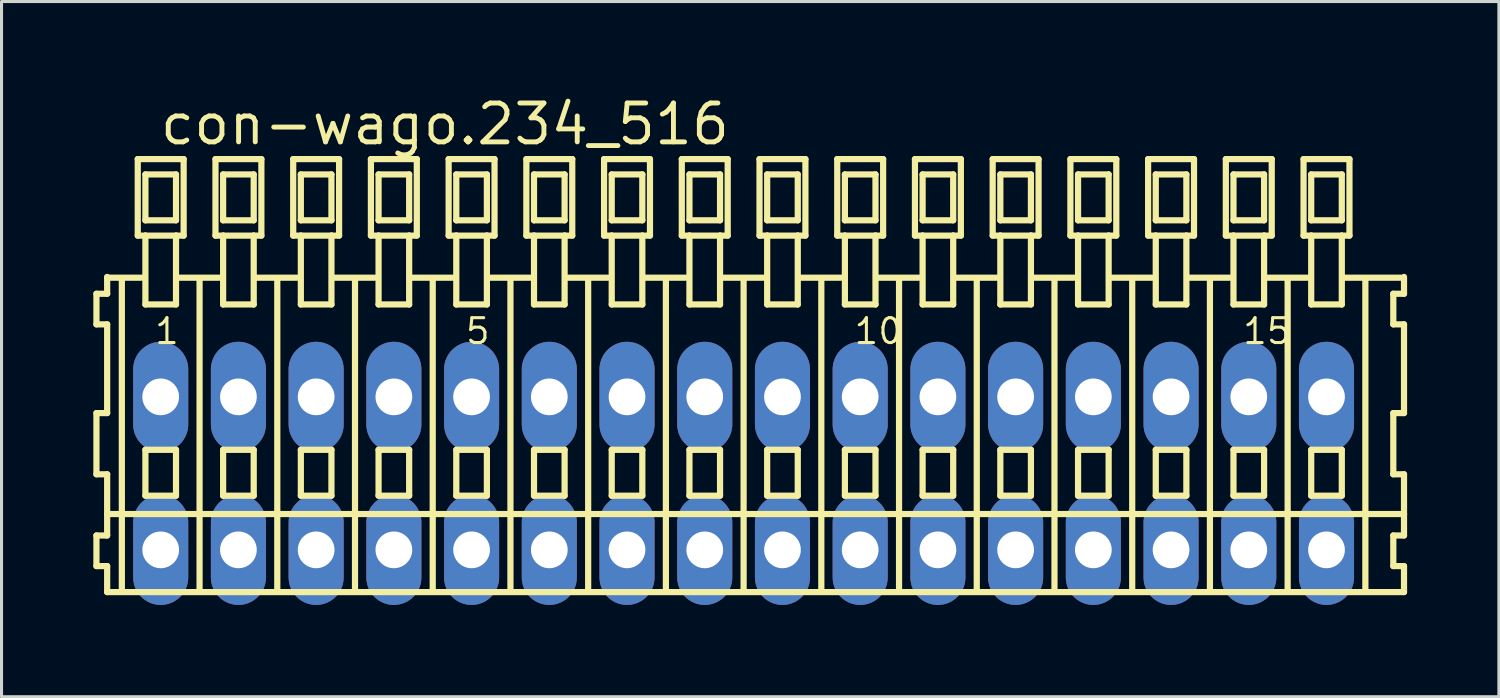
<source format=kicad_pcb>
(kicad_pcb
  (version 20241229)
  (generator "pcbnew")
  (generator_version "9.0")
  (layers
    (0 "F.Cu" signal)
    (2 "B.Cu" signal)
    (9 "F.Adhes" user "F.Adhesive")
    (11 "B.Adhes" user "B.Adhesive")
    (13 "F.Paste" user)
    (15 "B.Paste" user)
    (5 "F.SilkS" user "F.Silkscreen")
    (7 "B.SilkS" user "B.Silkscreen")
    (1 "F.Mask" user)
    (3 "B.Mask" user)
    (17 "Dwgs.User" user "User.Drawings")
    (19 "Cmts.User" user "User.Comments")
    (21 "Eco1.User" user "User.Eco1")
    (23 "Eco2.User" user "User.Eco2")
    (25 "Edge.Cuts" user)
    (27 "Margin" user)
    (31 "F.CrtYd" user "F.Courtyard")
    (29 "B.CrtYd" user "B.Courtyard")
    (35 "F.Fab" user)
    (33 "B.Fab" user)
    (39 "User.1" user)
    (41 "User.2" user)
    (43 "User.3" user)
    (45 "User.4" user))
  (footprint "con-wago.234_516"
    (layer "F.Cu")
    (at 21.252 12.42)
    (property "Reference" "con-wago.234_516" (at -19.15 -10.67 0) (layer "F.SilkS") (effects (font (size 1.27 1.27) (thickness 0.16)) (justify left bottom)))
    (attr through_hole)
    (fp_line (start -21.15 -5.87) (end -21.15 -4.87) (stroke (width 0.203) (type default)) (layer "F.SilkS"))
    (fp_line (start -21.15 -4.87) (end -20.8 -4.87) (stroke (width 0.203) (type default)) (layer "F.SilkS"))
    (fp_line (start -21.15 -1.97) (end -21.15 0.03) (stroke (width 0.203) (type default)) (layer "F.SilkS"))
    (fp_line (start -21.15 0.03) (end -20.8 0.03) (stroke (width 0.203) (type default)) (layer "F.SilkS"))
    (fp_line (start -21.15 2.03) (end -21.15 3.03) (stroke (width 0.203) (type default)) (layer "F.SilkS"))
    (fp_line (start -21.15 3.03) (end -20.8 3.03) (stroke (width 0.203) (type default)) (layer "F.SilkS"))
    (fp_line (start -20.8 -6.42) (end -20.8 -6.395) (stroke (width 0.203) (type default)) (layer "F.SilkS"))
    (fp_line (start -20.8 -6.395) (end -20.8 -5.87) (stroke (width 0.203) (type default)) (layer "F.SilkS"))
    (fp_line (start -20.8 -6.395) (end -19.675 -6.395) (stroke (width 0.203) (type default)) (layer "F.SilkS"))
    (fp_line (start -20.8 -5.87) (end -21.15 -5.87) (stroke (width 0.203) (type default)) (layer "F.SilkS"))
    (fp_line (start -20.8 -4.87) (end -20.8 -1.97) (stroke (width 0.203) (type default)) (layer "F.SilkS"))
    (fp_line (start -20.8 -1.97) (end -21.15 -1.97) (stroke (width 0.203) (type default)) (layer "F.SilkS"))
    (fp_line (start -20.8 0.03) (end -20.8 1.33) (stroke (width 0.203) (type default)) (layer "F.SilkS"))
    (fp_line (start -20.8 1.33) (end -20.8 2.03) (stroke (width 0.203) (type default)) (layer "F.SilkS"))
    (fp_line (start -20.8 1.33) (end 21.583 1.33) (stroke (width 0.203) (type default)) (layer "F.SilkS"))
    (fp_line (start -20.8 2.03) (end -21.15 2.03) (stroke (width 0.203) (type default)) (layer "F.SilkS"))
    (fp_line (start -20.8 3.03) (end -20.8 3.88) (stroke (width 0.203) (type default)) (layer "F.SilkS"))
    (fp_line (start -20.8 3.88) (end 21.583 3.88) (stroke (width 0.203) (type default)) (layer "F.SilkS"))
    (fp_line (start -20.32 3.83) (end -20.32 -6.33) (stroke (width 0.203) (type default)) (layer "F.SilkS"))
    (fp_line (start -19.8 -10.27) (end -19.8 -7.77) (stroke (width 0.203) (type default)) (layer "F.SilkS"))
    (fp_line (start -19.8 -7.77) (end -19.55 -7.77) (stroke (width 0.203) (type default)) (layer "F.SilkS"))
    (fp_line (start -19.55 -9.77) (end -19.55 -8.27) (stroke (width 0.203) (type default)) (layer "F.SilkS"))
    (fp_line (start -19.55 -8.27) (end -18.55 -8.27) (stroke (width 0.203) (type default)) (layer "F.SilkS"))
    (fp_line (start -19.55 -7.77) (end -19.55 -5.52) (stroke (width 0.203) (type default)) (layer "F.SilkS"))
    (fp_line (start -19.55 -7.77) (end -18.55 -7.77) (stroke (width 0.203) (type default)) (layer "F.SilkS"))
    (fp_line (start -19.55 -5.52) (end -18.55 -5.52) (stroke (width 0.203) (type default)) (layer "F.SilkS"))
    (fp_line (start -19.55 -0.77) (end -19.55 0.73) (stroke (width 0.203) (type default)) (layer "F.SilkS"))
    (fp_line (start -19.55 0.73) (end -18.55 0.73) (stroke (width 0.203) (type default)) (layer "F.SilkS"))
    (fp_line (start -18.55 -9.77) (end -19.55 -9.77) (stroke (width 0.203) (type default)) (layer "F.SilkS"))
    (fp_line (start -18.55 -8.27) (end -18.55 -9.77) (stroke (width 0.203) (type default)) (layer "F.SilkS"))
    (fp_line (start -18.55 -7.77) (end -18.3 -7.77) (stroke (width 0.203) (type default)) (layer "F.SilkS"))
    (fp_line (start -18.55 -5.52) (end -18.55 -7.77) (stroke (width 0.203) (type default)) (layer "F.SilkS"))
    (fp_line (start -18.55 -0.77) (end -19.55 -0.77) (stroke (width 0.203) (type default)) (layer "F.SilkS"))
    (fp_line (start -18.55 0.73) (end -18.55 -0.77) (stroke (width 0.203) (type default)) (layer "F.SilkS"))
    (fp_line (start -18.514 -6.395) (end -17.135 -6.395) (stroke (width 0.203) (type default)) (layer "F.SilkS"))
    (fp_line (start -18.3 -10.27) (end -19.8 -10.27) (stroke (width 0.203) (type default)) (layer "F.SilkS"))
    (fp_line (start -18.3 -7.77) (end -18.3 -10.27) (stroke (width 0.203) (type default)) (layer "F.SilkS"))
    (fp_line (start -17.78 3.83) (end -17.78 -6.33) (stroke (width 0.203) (type default)) (layer "F.SilkS"))
    (fp_line (start -17.26 -10.27) (end -17.26 -7.77) (stroke (width 0.203) (type default)) (layer "F.SilkS"))
    (fp_line (start -17.26 -7.77) (end -17.01 -7.77) (stroke (width 0.203) (type default)) (layer "F.SilkS"))
    (fp_line (start -17.01 -9.77) (end -17.01 -8.27) (stroke (width 0.203) (type default)) (layer "F.SilkS"))
    (fp_line (start -17.01 -8.27) (end -16.01 -8.27) (stroke (width 0.203) (type default)) (layer "F.SilkS"))
    (fp_line (start -17.01 -7.77) (end -17.01 -5.52) (stroke (width 0.203) (type default)) (layer "F.SilkS"))
    (fp_line (start -17.01 -7.77) (end -16.01 -7.77) (stroke (width 0.203) (type default)) (layer "F.SilkS"))
    (fp_line (start -17.01 -5.52) (end -16.01 -5.52) (stroke (width 0.203) (type default)) (layer "F.SilkS"))
    (fp_line (start -17.01 -0.77) (end -17.01 0.73) (stroke (width 0.203) (type default)) (layer "F.SilkS"))
    (fp_line (start -17.01 0.73) (end -16.01 0.73) (stroke (width 0.203) (type default)) (layer "F.SilkS"))
    (fp_line (start -16.01 -9.77) (end -17.01 -9.77) (stroke (width 0.203) (type default)) (layer "F.SilkS"))
    (fp_line (start -16.01 -8.27) (end -16.01 -9.77) (stroke (width 0.203) (type default)) (layer "F.SilkS"))
    (fp_line (start -16.01 -7.77) (end -15.76 -7.77) (stroke (width 0.203) (type default)) (layer "F.SilkS"))
    (fp_line (start -16.01 -5.52) (end -16.01 -7.77) (stroke (width 0.203) (type default)) (layer "F.SilkS"))
    (fp_line (start -16.01 -0.77) (end -17.01 -0.77) (stroke (width 0.203) (type default)) (layer "F.SilkS"))
    (fp_line (start -16.01 0.73) (end -16.01 -0.77) (stroke (width 0.203) (type default)) (layer "F.SilkS"))
    (fp_line (start -15.974 -6.395) (end -14.595 -6.395) (stroke (width 0.203) (type default)) (layer "F.SilkS"))
    (fp_line (start -15.76 -10.27) (end -17.26 -10.27) (stroke (width 0.203) (type default)) (layer "F.SilkS"))
    (fp_line (start -15.76 -7.77) (end -15.76 -10.27) (stroke (width 0.203) (type default)) (layer "F.SilkS"))
    (fp_line (start -15.24 3.83) (end -15.24 -6.33) (stroke (width 0.203) (type default)) (layer "F.SilkS"))
    (fp_line (start -14.72 -10.27) (end -14.72 -7.77) (stroke (width 0.203) (type default)) (layer "F.SilkS"))
    (fp_line (start -14.72 -7.77) (end -14.47 -7.77) (stroke (width 0.203) (type default)) (layer "F.SilkS"))
    (fp_line (start -14.47 -9.77) (end -14.47 -8.27) (stroke (width 0.203) (type default)) (layer "F.SilkS"))
    (fp_line (start -14.47 -8.27) (end -13.47 -8.27) (stroke (width 0.203) (type default)) (layer "F.SilkS"))
    (fp_line (start -14.47 -7.77) (end -14.47 -5.52) (stroke (width 0.203) (type default)) (layer "F.SilkS"))
    (fp_line (start -14.47 -7.77) (end -13.47 -7.77) (stroke (width 0.203) (type default)) (layer "F.SilkS"))
    (fp_line (start -14.47 -5.52) (end -13.47 -5.52) (stroke (width 0.203) (type default)) (layer "F.SilkS"))
    (fp_line (start -14.47 -0.77) (end -14.47 0.73) (stroke (width 0.203) (type default)) (layer "F.SilkS"))
    (fp_line (start -14.47 0.73) (end -13.47 0.73) (stroke (width 0.203) (type default)) (layer "F.SilkS"))
    (fp_line (start -13.47 -9.77) (end -14.47 -9.77) (stroke (width 0.203) (type default)) (layer "F.SilkS"))
    (fp_line (start -13.47 -8.27) (end -13.47 -9.77) (stroke (width 0.203) (type default)) (layer "F.SilkS"))
    (fp_line (start -13.47 -7.77) (end -13.22 -7.77) (stroke (width 0.203) (type default)) (layer "F.SilkS"))
    (fp_line (start -13.47 -5.52) (end -13.47 -7.77) (stroke (width 0.203) (type default)) (layer "F.SilkS"))
    (fp_line (start -13.47 -0.77) (end -14.47 -0.77) (stroke (width 0.203) (type default)) (layer "F.SilkS"))
    (fp_line (start -13.47 0.73) (end -13.47 -0.77) (stroke (width 0.203) (type default)) (layer "F.SilkS"))
    (fp_line (start -13.434 -6.395) (end -12.055 -6.395) (stroke (width 0.203) (type default)) (layer "F.SilkS"))
    (fp_line (start -13.22 -10.27) (end -14.72 -10.27) (stroke (width 0.203) (type default)) (layer "F.SilkS"))
    (fp_line (start -13.22 -7.77) (end -13.22 -10.27) (stroke (width 0.203) (type default)) (layer "F.SilkS"))
    (fp_line (start -12.7 3.83) (end -12.7 -6.33) (stroke (width 0.203) (type default)) (layer "F.SilkS"))
    (fp_line (start -12.18 -10.27) (end -12.18 -7.77) (stroke (width 0.203) (type default)) (layer "F.SilkS"))
    (fp_line (start -12.18 -7.77) (end -11.93 -7.77) (stroke (width 0.203) (type default)) (layer "F.SilkS"))
    (fp_line (start -11.93 -9.77) (end -11.93 -8.27) (stroke (width 0.203) (type default)) (layer "F.SilkS"))
    (fp_line (start -11.93 -8.27) (end -10.93 -8.27) (stroke (width 0.203) (type default)) (layer "F.SilkS"))
    (fp_line (start -11.93 -7.77) (end -11.93 -5.52) (stroke (width 0.203) (type default)) (layer "F.SilkS"))
    (fp_line (start -11.93 -7.77) (end -10.93 -7.77) (stroke (width 0.203) (type default)) (layer "F.SilkS"))
    (fp_line (start -11.93 -5.52) (end -10.93 -5.52) (stroke (width 0.203) (type default)) (layer "F.SilkS"))
    (fp_line (start -11.93 -0.77) (end -11.93 0.73) (stroke (width 0.203) (type default)) (layer "F.SilkS"))
    (fp_line (start -11.93 0.73) (end -10.93 0.73) (stroke (width 0.203) (type default)) (layer "F.SilkS"))
    (fp_line (start -10.93 -9.77) (end -11.93 -9.77) (stroke (width 0.203) (type default)) (layer "F.SilkS"))
    (fp_line (start -10.93 -8.27) (end -10.93 -9.77) (stroke (width 0.203) (type default)) (layer "F.SilkS"))
    (fp_line (start -10.93 -7.77) (end -10.68 -7.77) (stroke (width 0.203) (type default)) (layer "F.SilkS"))
    (fp_line (start -10.93 -5.52) (end -10.93 -7.77) (stroke (width 0.203) (type default)) (layer "F.SilkS"))
    (fp_line (start -10.93 -0.77) (end -11.93 -0.77) (stroke (width 0.203) (type default)) (layer "F.SilkS"))
    (fp_line (start -10.93 0.73) (end -10.93 -0.77) (stroke (width 0.203) (type default)) (layer "F.SilkS"))
    (fp_line (start -10.894 -6.395) (end -9.515 -6.395) (stroke (width 0.203) (type default)) (layer "F.SilkS"))
    (fp_line (start -10.68 -10.27) (end -12.18 -10.27) (stroke (width 0.203) (type default)) (layer "F.SilkS"))
    (fp_line (start -10.68 -7.77) (end -10.68 -10.27) (stroke (width 0.203) (type default)) (layer "F.SilkS"))
    (fp_line (start -10.16 3.83) (end -10.16 -6.33) (stroke (width 0.203) (type default)) (layer "F.SilkS"))
    (fp_line (start -9.64 -10.27) (end -9.64 -7.77) (stroke (width 0.203) (type default)) (layer "F.SilkS"))
    (fp_line (start -9.64 -7.77) (end -9.39 -7.77) (stroke (width 0.203) (type default)) (layer "F.SilkS"))
    (fp_line (start -9.39 -9.77) (end -9.39 -8.27) (stroke (width 0.203) (type default)) (layer "F.SilkS"))
    (fp_line (start -9.39 -8.27) (end -8.39 -8.27) (stroke (width 0.203) (type default)) (layer "F.SilkS"))
    (fp_line (start -9.39 -7.77) (end -9.39 -5.52) (stroke (width 0.203) (type default)) (layer "F.SilkS"))
    (fp_line (start -9.39 -7.77) (end -8.39 -7.77) (stroke (width 0.203) (type default)) (layer "F.SilkS"))
    (fp_line (start -9.39 -5.52) (end -8.39 -5.52) (stroke (width 0.203) (type default)) (layer "F.SilkS"))
    (fp_line (start -9.39 -0.77) (end -9.39 0.73) (stroke (width 0.203) (type default)) (layer "F.SilkS"))
    (fp_line (start -9.39 0.73) (end -8.39 0.73) (stroke (width 0.203) (type default)) (layer "F.SilkS"))
    (fp_line (start -8.39 -9.77) (end -9.39 -9.77) (stroke (width 0.203) (type default)) (layer "F.SilkS"))
    (fp_line (start -8.39 -8.27) (end -8.39 -9.77) (stroke (width 0.203) (type default)) (layer "F.SilkS"))
    (fp_line (start -8.39 -7.77) (end -8.14 -7.77) (stroke (width 0.203) (type default)) (layer "F.SilkS"))
    (fp_line (start -8.39 -5.52) (end -8.39 -7.77) (stroke (width 0.203) (type default)) (layer "F.SilkS"))
    (fp_line (start -8.39 -0.77) (end -9.39 -0.77) (stroke (width 0.203) (type default)) (layer "F.SilkS"))
    (fp_line (start -8.39 0.73) (end -8.39 -0.77) (stroke (width 0.203) (type default)) (layer "F.SilkS"))
    (fp_line (start -8.354 -6.395) (end -6.975 -6.395) (stroke (width 0.203) (type default)) (layer "F.SilkS"))
    (fp_line (start -8.14 -10.27) (end -9.64 -10.27) (stroke (width 0.203) (type default)) (layer "F.SilkS"))
    (fp_line (start -8.14 -7.77) (end -8.14 -10.27) (stroke (width 0.203) (type default)) (layer "F.SilkS"))
    (fp_line (start -7.62 3.83) (end -7.62 -6.33) (stroke (width 0.203) (type default)) (layer "F.SilkS"))
    (fp_line (start -7.1 -10.27) (end -7.1 -7.77) (stroke (width 0.203) (type default)) (layer "F.SilkS"))
    (fp_line (start -7.1 -7.77) (end -6.85 -7.77) (stroke (width 0.203) (type default)) (layer "F.SilkS"))
    (fp_line (start -6.85 -9.77) (end -6.85 -8.27) (stroke (width 0.203) (type default)) (layer "F.SilkS"))
    (fp_line (start -6.85 -8.27) (end -5.85 -8.27) (stroke (width 0.203) (type default)) (layer "F.SilkS"))
    (fp_line (start -6.85 -7.77) (end -6.85 -5.52) (stroke (width 0.203) (type default)) (layer "F.SilkS"))
    (fp_line (start -6.85 -7.77) (end -5.85 -7.77) (stroke (width 0.203) (type default)) (layer "F.SilkS"))
    (fp_line (start -6.85 -5.52) (end -5.85 -5.52) (stroke (width 0.203) (type default)) (layer "F.SilkS"))
    (fp_line (start -6.85 -0.77) (end -6.85 0.73) (stroke (width 0.203) (type default)) (layer "F.SilkS"))
    (fp_line (start -6.85 0.73) (end -5.85 0.73) (stroke (width 0.203) (type default)) (layer "F.SilkS"))
    (fp_line (start -5.85 -9.77) (end -6.85 -9.77) (stroke (width 0.203) (type default)) (layer "F.SilkS"))
    (fp_line (start -5.85 -8.27) (end -5.85 -9.77) (stroke (width 0.203) (type default)) (layer "F.SilkS"))
    (fp_line (start -5.85 -7.77) (end -5.6 -7.77) (stroke (width 0.203) (type default)) (layer "F.SilkS"))
    (fp_line (start -5.85 -5.52) (end -5.85 -7.77) (stroke (width 0.203) (type default)) (layer "F.SilkS"))
    (fp_line (start -5.85 -0.77) (end -6.85 -0.77) (stroke (width 0.203) (type default)) (layer "F.SilkS"))
    (fp_line (start -5.85 0.73) (end -5.85 -0.77) (stroke (width 0.203) (type default)) (layer "F.SilkS"))
    (fp_line (start -5.814 -6.395) (end -4.435 -6.395) (stroke (width 0.203) (type default)) (layer "F.SilkS"))
    (fp_line (start -5.6 -10.27) (end -7.1 -10.27) (stroke (width 0.203) (type default)) (layer "F.SilkS"))
    (fp_line (start -5.6 -7.77) (end -5.6 -10.27) (stroke (width 0.203) (type default)) (layer "F.SilkS"))
    (fp_line (start -5.08 3.83) (end -5.08 -6.33) (stroke (width 0.203) (type default)) (layer "F.SilkS"))
    (fp_line (start -4.56 -10.27) (end -4.56 -7.77) (stroke (width 0.203) (type default)) (layer "F.SilkS"))
    (fp_line (start -4.56 -7.77) (end -4.31 -7.77) (stroke (width 0.203) (type default)) (layer "F.SilkS"))
    (fp_line (start -4.31 -9.77) (end -4.31 -8.27) (stroke (width 0.203) (type default)) (layer "F.SilkS"))
    (fp_line (start -4.31 -8.27) (end -3.31 -8.27) (stroke (width 0.203) (type default)) (layer "F.SilkS"))
    (fp_line (start -4.31 -7.77) (end -4.31 -5.52) (stroke (width 0.203) (type default)) (layer "F.SilkS"))
    (fp_line (start -4.31 -7.77) (end -3.31 -7.77) (stroke (width 0.203) (type default)) (layer "F.SilkS"))
    (fp_line (start -4.31 -5.52) (end -3.31 -5.52) (stroke (width 0.203) (type default)) (layer "F.SilkS"))
    (fp_line (start -4.31 -0.77) (end -4.31 0.73) (stroke (width 0.203) (type default)) (layer "F.SilkS"))
    (fp_line (start -4.31 0.73) (end -3.31 0.73) (stroke (width 0.203) (type default)) (layer "F.SilkS"))
    (fp_line (start -3.31 -9.77) (end -4.31 -9.77) (stroke (width 0.203) (type default)) (layer "F.SilkS"))
    (fp_line (start -3.31 -8.27) (end -3.31 -9.77) (stroke (width 0.203) (type default)) (layer "F.SilkS"))
    (fp_line (start -3.31 -7.77) (end -3.06 -7.77) (stroke (width 0.203) (type default)) (layer "F.SilkS"))
    (fp_line (start -3.31 -5.52) (end -3.31 -7.77) (stroke (width 0.203) (type default)) (layer "F.SilkS"))
    (fp_line (start -3.31 -0.77) (end -4.31 -0.77) (stroke (width 0.203) (type default)) (layer "F.SilkS"))
    (fp_line (start -3.31 0.73) (end -3.31 -0.77) (stroke (width 0.203) (type default)) (layer "F.SilkS"))
    (fp_line (start -3.274 -6.395) (end -1.895 -6.395) (stroke (width 0.203) (type default)) (layer "F.SilkS"))
    (fp_line (start -3.06 -10.27) (end -4.56 -10.27) (stroke (width 0.203) (type default)) (layer "F.SilkS"))
    (fp_line (start -3.06 -7.77) (end -3.06 -10.27) (stroke (width 0.203) (type default)) (layer "F.SilkS"))
    (fp_line (start -2.54 3.83) (end -2.54 -6.33) (stroke (width 0.203) (type default)) (layer "F.SilkS"))
    (fp_line (start -2.02 -10.27) (end -2.02 -7.77) (stroke (width 0.203) (type default)) (layer "F.SilkS"))
    (fp_line (start -2.02 -7.77) (end -1.77 -7.77) (stroke (width 0.203) (type default)) (layer "F.SilkS"))
    (fp_line (start -1.77 -9.77) (end -1.77 -8.27) (stroke (width 0.203) (type default)) (layer "F.SilkS"))
    (fp_line (start -1.77 -8.27) (end -0.77 -8.27) (stroke (width 0.203) (type default)) (layer "F.SilkS"))
    (fp_line (start -1.77 -7.77) (end -1.77 -5.52) (stroke (width 0.203) (type default)) (layer "F.SilkS"))
    (fp_line (start -1.77 -7.77) (end -0.77 -7.77) (stroke (width 0.203) (type default)) (layer "F.SilkS"))
    (fp_line (start -1.77 -5.52) (end -0.77 -5.52) (stroke (width 0.203) (type default)) (layer "F.SilkS"))
    (fp_line (start -1.77 -0.77) (end -1.77 0.73) (stroke (width 0.203) (type default)) (layer "F.SilkS"))
    (fp_line (start -1.77 0.73) (end -0.77 0.73) (stroke (width 0.203) (type default)) (layer "F.SilkS"))
    (fp_line (start -0.77 -9.77) (end -1.77 -9.77) (stroke (width 0.203) (type default)) (layer "F.SilkS"))
    (fp_line (start -0.77 -8.27) (end -0.77 -9.77) (stroke (width 0.203) (type default)) (layer "F.SilkS"))
    (fp_line (start -0.77 -7.77) (end -0.52 -7.77) (stroke (width 0.203) (type default)) (layer "F.SilkS"))
    (fp_line (start -0.77 -5.52) (end -0.77 -7.77) (stroke (width 0.203) (type default)) (layer "F.SilkS"))
    (fp_line (start -0.77 -0.77) (end -1.77 -0.77) (stroke (width 0.203) (type default)) (layer "F.SilkS"))
    (fp_line (start -0.77 0.73) (end -0.77 -0.77) (stroke (width 0.203) (type default)) (layer "F.SilkS"))
    (fp_line (start -0.734 -6.395) (end 0.645 -6.395) (stroke (width 0.203) (type default)) (layer "F.SilkS"))
    (fp_line (start -0.52 -10.27) (end -2.02 -10.27) (stroke (width 0.203) (type default)) (layer "F.SilkS"))
    (fp_line (start -0.52 -7.77) (end -0.52 -10.27) (stroke (width 0.203) (type default)) (layer "F.SilkS"))
    (fp_line (start 0 3.83) (end 0 -6.33) (stroke (width 0.203) (type default)) (layer "F.SilkS"))
    (fp_line (start 0.52 -10.27) (end 0.52 -7.77) (stroke (width 0.203) (type default)) (layer "F.SilkS"))
    (fp_line (start 0.52 -7.77) (end 0.77 -7.77) (stroke (width 0.203) (type default)) (layer "F.SilkS"))
    (fp_line (start 0.77 -9.77) (end 0.77 -8.27) (stroke (width 0.203) (type default)) (layer "F.SilkS"))
    (fp_line (start 0.77 -8.27) (end 1.77 -8.27) (stroke (width 0.203) (type default)) (layer "F.SilkS"))
    (fp_line (start 0.77 -7.77) (end 0.77 -5.52) (stroke (width 0.203) (type default)) (layer "F.SilkS"))
    (fp_line (start 0.77 -7.77) (end 1.77 -7.77) (stroke (width 0.203) (type default)) (layer "F.SilkS"))
    (fp_line (start 0.77 -5.52) (end 1.77 -5.52) (stroke (width 0.203) (type default)) (layer "F.SilkS"))
    (fp_line (start 0.77 -0.77) (end 0.77 0.73) (stroke (width 0.203) (type default)) (layer "F.SilkS"))
    (fp_line (start 0.77 0.73) (end 1.77 0.73) (stroke (width 0.203) (type default)) (layer "F.SilkS"))
    (fp_line (start 1.77 -9.77) (end 0.77 -9.77) (stroke (width 0.203) (type default)) (layer "F.SilkS"))
    (fp_line (start 1.77 -8.27) (end 1.77 -9.77) (stroke (width 0.203) (type default)) (layer "F.SilkS"))
    (fp_line (start 1.77 -7.77) (end 2.02 -7.77) (stroke (width 0.203) (type default)) (layer "F.SilkS"))
    (fp_line (start 1.77 -5.52) (end 1.77 -7.77) (stroke (width 0.203) (type default)) (layer "F.SilkS"))
    (fp_line (start 1.77 -0.77) (end 0.77 -0.77) (stroke (width 0.203) (type default)) (layer "F.SilkS"))
    (fp_line (start 1.77 0.73) (end 1.77 -0.77) (stroke (width 0.203) (type default)) (layer "F.SilkS"))
    (fp_line (start 1.806 -6.395) (end 3.185 -6.395) (stroke (width 0.203) (type default)) (layer "F.SilkS"))
    (fp_line (start 2.02 -10.27) (end 0.52 -10.27) (stroke (width 0.203) (type default)) (layer "F.SilkS"))
    (fp_line (start 2.02 -7.77) (end 2.02 -10.27) (stroke (width 0.203) (type default)) (layer "F.SilkS"))
    (fp_line (start 2.54 3.83) (end 2.54 -6.33) (stroke (width 0.203) (type default)) (layer "F.SilkS"))
    (fp_line (start 3.06 -10.27) (end 3.06 -7.77) (stroke (width 0.203) (type default)) (layer "F.SilkS"))
    (fp_line (start 3.06 -7.77) (end 3.31 -7.77) (stroke (width 0.203) (type default)) (layer "F.SilkS"))
    (fp_line (start 3.31 -9.77) (end 3.31 -8.27) (stroke (width 0.203) (type default)) (layer "F.SilkS"))
    (fp_line (start 3.31 -8.27) (end 4.31 -8.27) (stroke (width 0.203) (type default)) (layer "F.SilkS"))
    (fp_line (start 3.31 -7.77) (end 3.31 -5.52) (stroke (width 0.203) (type default)) (layer "F.SilkS"))
    (fp_line (start 3.31 -7.77) (end 4.31 -7.77) (stroke (width 0.203) (type default)) (layer "F.SilkS"))
    (fp_line (start 3.31 -5.52) (end 4.31 -5.52) (stroke (width 0.203) (type default)) (layer "F.SilkS"))
    (fp_line (start 3.31 -0.77) (end 3.31 0.73) (stroke (width 0.203) (type default)) (layer "F.SilkS"))
    (fp_line (start 3.31 0.73) (end 4.31 0.73) (stroke (width 0.203) (type default)) (layer "F.SilkS"))
    (fp_line (start 4.31 -9.77) (end 3.31 -9.77) (stroke (width 0.203) (type default)) (layer "F.SilkS"))
    (fp_line (start 4.31 -8.27) (end 4.31 -9.77) (stroke (width 0.203) (type default)) (layer "F.SilkS"))
    (fp_line (start 4.31 -7.77) (end 4.56 -7.77) (stroke (width 0.203) (type default)) (layer "F.SilkS"))
    (fp_line (start 4.31 -5.52) (end 4.31 -7.77) (stroke (width 0.203) (type default)) (layer "F.SilkS"))
    (fp_line (start 4.31 -0.77) (end 3.31 -0.77) (stroke (width 0.203) (type default)) (layer "F.SilkS"))
    (fp_line (start 4.31 0.73) (end 4.31 -0.77) (stroke (width 0.203) (type default)) (layer "F.SilkS"))
    (fp_line (start 4.346 -6.395) (end 5.725 -6.395) (stroke (width 0.203) (type default)) (layer "F.SilkS"))
    (fp_line (start 4.56 -10.27) (end 3.06 -10.27) (stroke (width 0.203) (type default)) (layer "F.SilkS"))
    (fp_line (start 4.56 -7.77) (end 4.56 -10.27) (stroke (width 0.203) (type default)) (layer "F.SilkS"))
    (fp_line (start 5.08 3.83) (end 5.08 -6.33) (stroke (width 0.203) (type default)) (layer "F.SilkS"))
    (fp_line (start 5.6 -10.27) (end 5.6 -7.77) (stroke (width 0.203) (type default)) (layer "F.SilkS"))
    (fp_line (start 5.6 -7.77) (end 5.85 -7.77) (stroke (width 0.203) (type default)) (layer "F.SilkS"))
    (fp_line (start 5.85 -9.77) (end 5.85 -8.27) (stroke (width 0.203) (type default)) (layer "F.SilkS"))
    (fp_line (start 5.85 -8.27) (end 6.85 -8.27) (stroke (width 0.203) (type default)) (layer "F.SilkS"))
    (fp_line (start 5.85 -7.77) (end 5.85 -5.52) (stroke (width 0.203) (type default)) (layer "F.SilkS"))
    (fp_line (start 5.85 -7.77) (end 6.85 -7.77) (stroke (width 0.203) (type default)) (layer "F.SilkS"))
    (fp_line (start 5.85 -5.52) (end 6.85 -5.52) (stroke (width 0.203) (type default)) (layer "F.SilkS"))
    (fp_line (start 5.85 -0.77) (end 5.85 0.73) (stroke (width 0.203) (type default)) (layer "F.SilkS"))
    (fp_line (start 5.85 0.73) (end 6.85 0.73) (stroke (width 0.203) (type default)) (layer "F.SilkS"))
    (fp_line (start 6.85 -9.77) (end 5.85 -9.77) (stroke (width 0.203) (type default)) (layer "F.SilkS"))
    (fp_line (start 6.85 -8.27) (end 6.85 -9.77) (stroke (width 0.203) (type default)) (layer "F.SilkS"))
    (fp_line (start 6.85 -7.77) (end 7.1 -7.77) (stroke (width 0.203) (type default)) (layer "F.SilkS"))
    (fp_line (start 6.85 -5.52) (end 6.85 -7.77) (stroke (width 0.203) (type default)) (layer "F.SilkS"))
    (fp_line (start 6.85 -0.77) (end 5.85 -0.77) (stroke (width 0.203) (type default)) (layer "F.SilkS"))
    (fp_line (start 6.85 0.73) (end 6.85 -0.77) (stroke (width 0.203) (type default)) (layer "F.SilkS"))
    (fp_line (start 6.886 -6.395) (end 8.265 -6.395) (stroke (width 0.203) (type default)) (layer "F.SilkS"))
    (fp_line (start 7.1 -10.27) (end 5.6 -10.27) (stroke (width 0.203) (type default)) (layer "F.SilkS"))
    (fp_line (start 7.1 -7.77) (end 7.1 -10.27) (stroke (width 0.203) (type default)) (layer "F.SilkS"))
    (fp_line (start 7.62 3.83) (end 7.62 -6.33) (stroke (width 0.203) (type default)) (layer "F.SilkS"))
    (fp_line (start 8.14 -10.27) (end 8.14 -7.77) (stroke (width 0.203) (type default)) (layer "F.SilkS"))
    (fp_line (start 8.14 -7.77) (end 8.39 -7.77) (stroke (width 0.203) (type default)) (layer "F.SilkS"))
    (fp_line (start 8.39 -9.77) (end 8.39 -8.27) (stroke (width 0.203) (type default)) (layer "F.SilkS"))
    (fp_line (start 8.39 -8.27) (end 9.39 -8.27) (stroke (width 0.203) (type default)) (layer "F.SilkS"))
    (fp_line (start 8.39 -7.77) (end 8.39 -5.52) (stroke (width 0.203) (type default)) (layer "F.SilkS"))
    (fp_line (start 8.39 -7.77) (end 9.39 -7.77) (stroke (width 0.203) (type default)) (layer "F.SilkS"))
    (fp_line (start 8.39 -5.52) (end 9.39 -5.52) (stroke (width 0.203) (type default)) (layer "F.SilkS"))
    (fp_line (start 8.39 -0.77) (end 8.39 0.73) (stroke (width 0.203) (type default)) (layer "F.SilkS"))
    (fp_line (start 8.39 0.73) (end 9.39 0.73) (stroke (width 0.203) (type default)) (layer "F.SilkS"))
    (fp_line (start 9.39 -9.77) (end 8.39 -9.77) (stroke (width 0.203) (type default)) (layer "F.SilkS"))
    (fp_line (start 9.39 -8.27) (end 9.39 -9.77) (stroke (width 0.203) (type default)) (layer "F.SilkS"))
    (fp_line (start 9.39 -7.77) (end 9.64 -7.77) (stroke (width 0.203) (type default)) (layer "F.SilkS"))
    (fp_line (start 9.39 -5.52) (end 9.39 -7.77) (stroke (width 0.203) (type default)) (layer "F.SilkS"))
    (fp_line (start 9.39 -0.77) (end 8.39 -0.77) (stroke (width 0.203) (type default)) (layer "F.SilkS"))
    (fp_line (start 9.39 0.73) (end 9.39 -0.77) (stroke (width 0.203) (type default)) (layer "F.SilkS"))
    (fp_line (start 9.426 -6.395) (end 10.805 -6.395) (stroke (width 0.203) (type default)) (layer "F.SilkS"))
    (fp_line (start 9.64 -10.27) (end 8.14 -10.27) (stroke (width 0.203) (type default)) (layer "F.SilkS"))
    (fp_line (start 9.64 -7.77) (end 9.64 -10.27) (stroke (width 0.203) (type default)) (layer "F.SilkS"))
    (fp_line (start 10.16 3.83) (end 10.16 -6.33) (stroke (width 0.203) (type default)) (layer "F.SilkS"))
    (fp_line (start 10.68 -10.27) (end 10.68 -7.77) (stroke (width 0.203) (type default)) (layer "F.SilkS"))
    (fp_line (start 10.68 -7.77) (end 10.93 -7.77) (stroke (width 0.203) (type default)) (layer "F.SilkS"))
    (fp_line (start 10.93 -9.77) (end 10.93 -8.27) (stroke (width 0.203) (type default)) (layer "F.SilkS"))
    (fp_line (start 10.93 -8.27) (end 11.93 -8.27) (stroke (width 0.203) (type default)) (layer "F.SilkS"))
    (fp_line (start 10.93 -7.77) (end 10.93 -5.52) (stroke (width 0.203) (type default)) (layer "F.SilkS"))
    (fp_line (start 10.93 -7.77) (end 11.93 -7.77) (stroke (width 0.203) (type default)) (layer "F.SilkS"))
    (fp_line (start 10.93 -5.52) (end 11.93 -5.52) (stroke (width 0.203) (type default)) (layer "F.SilkS"))
    (fp_line (start 10.93 -0.77) (end 10.93 0.73) (stroke (width 0.203) (type default)) (layer "F.SilkS"))
    (fp_line (start 10.93 0.73) (end 11.93 0.73) (stroke (width 0.203) (type default)) (layer "F.SilkS"))
    (fp_line (start 11.93 -9.77) (end 10.93 -9.77) (stroke (width 0.203) (type default)) (layer "F.SilkS"))
    (fp_line (start 11.93 -8.27) (end 11.93 -9.77) (stroke (width 0.203) (type default)) (layer "F.SilkS"))
    (fp_line (start 11.93 -7.77) (end 12.18 -7.77) (stroke (width 0.203) (type default)) (layer "F.SilkS"))
    (fp_line (start 11.93 -5.52) (end 11.93 -7.77) (stroke (width 0.203) (type default)) (layer "F.SilkS"))
    (fp_line (start 11.93 -0.77) (end 10.93 -0.77) (stroke (width 0.203) (type default)) (layer "F.SilkS"))
    (fp_line (start 11.93 0.73) (end 11.93 -0.77) (stroke (width 0.203) (type default)) (layer "F.SilkS"))
    (fp_line (start 11.966 -6.395) (end 13.345 -6.395) (stroke (width 0.203) (type default)) (layer "F.SilkS"))
    (fp_line (start 12.18 -10.27) (end 10.68 -10.27) (stroke (width 0.203) (type default)) (layer "F.SilkS"))
    (fp_line (start 12.18 -7.77) (end 12.18 -10.27) (stroke (width 0.203) (type default)) (layer "F.SilkS"))
    (fp_line (start 12.7 3.83) (end 12.7 -6.33) (stroke (width 0.203) (type default)) (layer "F.SilkS"))
    (fp_line (start 13.22 -10.27) (end 13.22 -7.77) (stroke (width 0.203) (type default)) (layer "F.SilkS"))
    (fp_line (start 13.22 -7.77) (end 13.47 -7.77) (stroke (width 0.203) (type default)) (layer "F.SilkS"))
    (fp_line (start 13.47 -9.77) (end 13.47 -8.27) (stroke (width 0.203) (type default)) (layer "F.SilkS"))
    (fp_line (start 13.47 -8.27) (end 14.47 -8.27) (stroke (width 0.203) (type default)) (layer "F.SilkS"))
    (fp_line (start 13.47 -7.77) (end 13.47 -5.52) (stroke (width 0.203) (type default)) (layer "F.SilkS"))
    (fp_line (start 13.47 -7.77) (end 14.47 -7.77) (stroke (width 0.203) (type default)) (layer "F.SilkS"))
    (fp_line (start 13.47 -5.52) (end 14.47 -5.52) (stroke (width 0.203) (type default)) (layer "F.SilkS"))
    (fp_line (start 13.47 -0.77) (end 13.47 0.73) (stroke (width 0.203) (type default)) (layer "F.SilkS"))
    (fp_line (start 13.47 0.73) (end 14.47 0.73) (stroke (width 0.203) (type default)) (layer "F.SilkS"))
    (fp_line (start 14.47 -9.77) (end 13.47 -9.77) (stroke (width 0.203) (type default)) (layer "F.SilkS"))
    (fp_line (start 14.47 -8.27) (end 14.47 -9.77) (stroke (width 0.203) (type default)) (layer "F.SilkS"))
    (fp_line (start 14.47 -7.77) (end 14.72 -7.77) (stroke (width 0.203) (type default)) (layer "F.SilkS"))
    (fp_line (start 14.47 -5.52) (end 14.47 -7.77) (stroke (width 0.203) (type default)) (layer "F.SilkS"))
    (fp_line (start 14.47 -0.77) (end 13.47 -0.77) (stroke (width 0.203) (type default)) (layer "F.SilkS"))
    (fp_line (start 14.47 0.73) (end 14.47 -0.77) (stroke (width 0.203) (type default)) (layer "F.SilkS"))
    (fp_line (start 14.506 -6.395) (end 15.885 -6.395) (stroke (width 0.203) (type default)) (layer "F.SilkS"))
    (fp_line (start 14.72 -10.27) (end 13.22 -10.27) (stroke (width 0.203) (type default)) (layer "F.SilkS"))
    (fp_line (start 14.72 -7.77) (end 14.72 -10.27) (stroke (width 0.203) (type default)) (layer "F.SilkS"))
    (fp_line (start 15.24 3.83) (end 15.24 -6.33) (stroke (width 0.203) (type default)) (layer "F.SilkS"))
    (fp_line (start 15.76 -10.27) (end 15.76 -7.77) (stroke (width 0.203) (type default)) (layer "F.SilkS"))
    (fp_line (start 15.76 -7.77) (end 16.01 -7.77) (stroke (width 0.203) (type default)) (layer "F.SilkS"))
    (fp_line (start 16.01 -9.77) (end 16.01 -8.27) (stroke (width 0.203) (type default)) (layer "F.SilkS"))
    (fp_line (start 16.01 -8.27) (end 17.01 -8.27) (stroke (width 0.203) (type default)) (layer "F.SilkS"))
    (fp_line (start 16.01 -7.77) (end 16.01 -5.52) (stroke (width 0.203) (type default)) (layer "F.SilkS"))
    (fp_line (start 16.01 -7.77) (end 17.01 -7.77) (stroke (width 0.203) (type default)) (layer "F.SilkS"))
    (fp_line (start 16.01 -5.52) (end 17.01 -5.52) (stroke (width 0.203) (type default)) (layer "F.SilkS"))
    (fp_line (start 16.01 -0.77) (end 16.01 0.73) (stroke (width 0.203) (type default)) (layer "F.SilkS"))
    (fp_line (start 16.01 0.73) (end 17.01 0.73) (stroke (width 0.203) (type default)) (layer "F.SilkS"))
    (fp_line (start 17.01 -9.77) (end 16.01 -9.77) (stroke (width 0.203) (type default)) (layer "F.SilkS"))
    (fp_line (start 17.01 -8.27) (end 17.01 -9.77) (stroke (width 0.203) (type default)) (layer "F.SilkS"))
    (fp_line (start 17.01 -7.77) (end 17.26 -7.77) (stroke (width 0.203) (type default)) (layer "F.SilkS"))
    (fp_line (start 17.01 -5.52) (end 17.01 -7.77) (stroke (width 0.203) (type default)) (layer "F.SilkS"))
    (fp_line (start 17.01 -0.77) (end 16.01 -0.77) (stroke (width 0.203) (type default)) (layer "F.SilkS"))
    (fp_line (start 17.01 0.73) (end 17.01 -0.77) (stroke (width 0.203) (type default)) (layer "F.SilkS"))
    (fp_line (start 17.046 -6.395) (end 18.425 -6.395) (stroke (width 0.203) (type default)) (layer "F.SilkS"))
    (fp_line (start 17.26 -10.27) (end 15.76 -10.27) (stroke (width 0.203) (type default)) (layer "F.SilkS"))
    (fp_line (start 17.26 -7.77) (end 17.26 -10.27) (stroke (width 0.203) (type default)) (layer "F.SilkS"))
    (fp_line (start 17.78 3.83) (end 17.78 -6.33) (stroke (width 0.203) (type default)) (layer "F.SilkS"))
    (fp_line (start 18.3 -10.27) (end 18.3 -7.77) (stroke (width 0.203) (type default)) (layer "F.SilkS"))
    (fp_line (start 18.3 -7.77) (end 18.55 -7.77) (stroke (width 0.203) (type default)) (layer "F.SilkS"))
    (fp_line (start 18.55 -9.77) (end 18.55 -8.27) (stroke (width 0.203) (type default)) (layer "F.SilkS"))
    (fp_line (start 18.55 -8.27) (end 19.55 -8.27) (stroke (width 0.203) (type default)) (layer "F.SilkS"))
    (fp_line (start 18.55 -7.77) (end 18.55 -5.52) (stroke (width 0.203) (type default)) (layer "F.SilkS"))
    (fp_line (start 18.55 -7.77) (end 19.55 -7.77) (stroke (width 0.203) (type default)) (layer "F.SilkS"))
    (fp_line (start 18.55 -5.52) (end 19.55 -5.52) (stroke (width 0.203) (type default)) (layer "F.SilkS"))
    (fp_line (start 18.55 -0.77) (end 18.55 0.73) (stroke (width 0.203) (type default)) (layer "F.SilkS"))
    (fp_line (start 18.55 0.73) (end 19.55 0.73) (stroke (width 0.203) (type default)) (layer "F.SilkS"))
    (fp_line (start 19.55 -9.77) (end 18.55 -9.77) (stroke (width 0.203) (type default)) (layer "F.SilkS"))
    (fp_line (start 19.55 -8.27) (end 19.55 -9.77) (stroke (width 0.203) (type default)) (layer "F.SilkS"))
    (fp_line (start 19.55 -7.77) (end 19.8 -7.77) (stroke (width 0.203) (type default)) (layer "F.SilkS"))
    (fp_line (start 19.55 -5.52) (end 19.55 -7.77) (stroke (width 0.203) (type default)) (layer "F.SilkS"))
    (fp_line (start 19.55 -0.77) (end 18.55 -0.77) (stroke (width 0.203) (type default)) (layer "F.SilkS"))
    (fp_line (start 19.55 0.73) (end 19.55 -0.77) (stroke (width 0.203) (type default)) (layer "F.SilkS"))
    (fp_line (start 19.586 -6.395) (end 21.473 -6.395) (stroke (width 0.203) (type default)) (layer "F.SilkS"))
    (fp_line (start 19.8 -10.27) (end 18.3 -10.27) (stroke (width 0.203) (type default)) (layer "F.SilkS"))
    (fp_line (start 19.8 -7.77) (end 19.8 -10.27) (stroke (width 0.203) (type default)) (layer "F.SilkS"))
    (fp_line (start 20.32 3.83) (end 20.32 -6.33) (stroke (width 0.203) (type default)) (layer "F.SilkS"))
    (fp_line (start 21.233 -5.87) (end 21.233 -4.87) (stroke (width 0.203) (type default)) (layer "F.SilkS"))
    (fp_line (start 21.233 -4.87) (end 21.583 -4.87) (stroke (width 0.203) (type default)) (layer "F.SilkS"))
    (fp_line (start 21.233 -1.97) (end 21.233 0.03) (stroke (width 0.203) (type default)) (layer "F.SilkS"))
    (fp_line (start 21.233 0.03) (end 21.583 0.03) (stroke (width 0.203) (type default)) (layer "F.SilkS"))
    (fp_line (start 21.233 2.03) (end 21.233 3.03) (stroke (width 0.203) (type default)) (layer "F.SilkS"))
    (fp_line (start 21.233 3.03) (end 21.583 3.03) (stroke (width 0.203) (type default)) (layer "F.SilkS"))
    (fp_line (start 21.583 -5.87) (end 21.233 -5.87) (stroke (width 0.203) (type default)) (layer "F.SilkS"))
    (fp_line (start 21.583 -5.87) (end 21.583 -6.42) (stroke (width 0.203) (type default)) (layer "F.SilkS"))
    (fp_line (start 21.583 -1.97) (end 21.233 -1.97) (stroke (width 0.203) (type default)) (layer "F.SilkS"))
    (fp_line (start 21.583 -1.97) (end 21.583 -4.87) (stroke (width 0.203) (type default)) (layer "F.SilkS"))
    (fp_line (start 21.583 1.33) (end 21.583 0.03) (stroke (width 0.203) (type default)) (layer "F.SilkS"))
    (fp_line (start 21.583 2.03) (end 21.233 2.03) (stroke (width 0.203) (type default)) (layer "F.SilkS"))
    (fp_line (start 21.583 2.03) (end 21.583 1.33) (stroke (width 0.203) (type default)) (layer "F.SilkS"))
    (fp_line (start 21.583 3.88) (end 21.583 3.03) (stroke (width 0.203) (type default)) (layer "F.SilkS"))
    (fp_text user "5" (at -9.14 -4.17 0) (layer "F.SilkS") (effects (font (size 0.813 0.813) (thickness 0.1)) (justify left bottom)))
    (fp_text user "1" (at -19.3 -4.17 0) (layer "F.SilkS") (effects (font (size 0.813 0.813) (thickness 0.1)) (justify left bottom)))
    (fp_text user "15" (at 16.26 -4.17 0) (layer "F.SilkS") (effects (font (size 0.813 0.813) (thickness 0.1)) (justify left bottom)))
    (fp_text user "10" (at 3.56 -4.17 0) (layer "F.SilkS") (effects (font (size 0.813 0.813) (thickness 0.1)) (justify left bottom)))
    (pad "A1" thru_hole oval (at -19.05 -2.5 90) (size 3.6 1.8) (drill 1.2) (layers "*.Cu" "*.Mask"))
    (pad "A2" thru_hole oval (at -16.51 -2.5 90) (size 3.6 1.8) (drill 1.2) (layers "*.Cu" "*.Mask"))
    (pad "A3" thru_hole oval (at -13.97 -2.5 90) (size 3.6 1.8) (drill 1.2) (layers "*.Cu" "*.Mask"))
    (pad "A4" thru_hole oval (at -11.43 -2.5 90) (size 3.6 1.8) (drill 1.2) (layers "*.Cu" "*.Mask"))
    (pad "A5" thru_hole oval (at -8.89 -2.5 90) (size 3.6 1.8) (drill 1.2) (layers "*.Cu" "*.Mask"))
    (pad "A6" thru_hole oval (at -6.35 -2.5 90) (size 3.6 1.8) (drill 1.2) (layers "*.Cu" "*.Mask"))
    (pad "A7" thru_hole oval (at -3.81 -2.5 90) (size 3.6 1.8) (drill 1.2) (layers "*.Cu" "*.Mask"))
    (pad "A8" thru_hole oval (at -1.27 -2.5 90) (size 3.6 1.8) (drill 1.2) (layers "*.Cu" "*.Mask"))
    (pad "A9" thru_hole oval (at 1.27 -2.5 90) (size 3.6 1.8) (drill 1.2) (layers "*.Cu" "*.Mask"))
    (pad "A10" thru_hole oval (at 3.81 -2.5 90) (size 3.6 1.8) (drill 1.2) (layers "*.Cu" "*.Mask"))
    (pad "A11" thru_hole oval (at 6.35 -2.5 90) (size 3.6 1.8) (drill 1.2) (layers "*.Cu" "*.Mask"))
    (pad "A12" thru_hole oval (at 8.89 -2.5 90) (size 3.6 1.8) (drill 1.2) (layers "*.Cu" "*.Mask"))
    (pad "A13" thru_hole oval (at 11.43 -2.5 90) (size 3.6 1.8) (drill 1.2) (layers "*.Cu" "*.Mask"))
    (pad "A14" thru_hole oval (at 13.97 -2.5 90) (size 3.6 1.8) (drill 1.2) (layers "*.Cu" "*.Mask"))
    (pad "A15" thru_hole oval (at 16.51 -2.5 90) (size 3.6 1.8) (drill 1.2) (layers "*.Cu" "*.Mask"))
    (pad "A16" thru_hole oval (at 19.05 -2.5 90) (size 3.6 1.8) (drill 1.2) (layers "*.Cu" "*.Mask"))
    (pad "B1" thru_hole oval (at -19.05 2.5 90) (size 3.6 1.8) (drill 1.2) (layers "*.Cu" "*.Mask"))
    (pad "B2" thru_hole oval (at -16.51 2.5 90) (size 3.6 1.8) (drill 1.2) (layers "*.Cu" "*.Mask"))
    (pad "B3" thru_hole oval (at -13.97 2.5 90) (size 3.6 1.8) (drill 1.2) (layers "*.Cu" "*.Mask"))
    (pad "B4" thru_hole oval (at -11.43 2.5 90) (size 3.6 1.8) (drill 1.2) (layers "*.Cu" "*.Mask"))
    (pad "B5" thru_hole oval (at -8.89 2.5 90) (size 3.6 1.8) (drill 1.2) (layers "*.Cu" "*.Mask"))
    (pad "B6" thru_hole oval (at -6.35 2.5 90) (size 3.6 1.8) (drill 1.2) (layers "*.Cu" "*.Mask"))
    (pad "B7" thru_hole oval (at -3.81 2.5 90) (size 3.6 1.8) (drill 1.2) (layers "*.Cu" "*.Mask"))
    (pad "B8" thru_hole oval (at -1.27 2.5 90) (size 3.6 1.8) (drill 1.2) (layers "*.Cu" "*.Mask"))
    (pad "B9" thru_hole oval (at 1.27 2.5 90) (size 3.6 1.8) (drill 1.2) (layers "*.Cu" "*.Mask"))
    (pad "B10" thru_hole oval (at 3.81 2.5 90) (size 3.6 1.8) (drill 1.2) (layers "*.Cu" "*.Mask"))
    (pad "B11" thru_hole oval (at 6.35 2.5 90) (size 3.6 1.8) (drill 1.2) (layers "*.Cu" "*.Mask"))
    (pad "B12" thru_hole oval (at 8.89 2.5 90) (size 3.6 1.8) (drill 1.2) (layers "*.Cu" "*.Mask"))
    (pad "B13" thru_hole oval (at 11.43 2.5 90) (size 3.6 1.8) (drill 1.2) (layers "*.Cu" "*.Mask"))
    (pad "B14" thru_hole oval (at 13.97 2.5 90) (size 3.6 1.8) (drill 1.2) (layers "*.Cu" "*.Mask"))
    (pad "B15" thru_hole oval (at 16.51 2.5 90) (size 3.6 1.8) (drill 1.2) (layers "*.Cu" "*.Mask"))
    (pad "B16" thru_hole oval (at 19.05 2.5 90) (size 3.6 1.8) (drill 1.2) (layers "*.Cu" "*.Mask")))
  (gr_rect
    (start -3 -3)
    (end 45.936 19.72)
    (stroke (width 0.1) (type default))
    (fill no)
    (layer "Edge.Cuts")))
</source>
